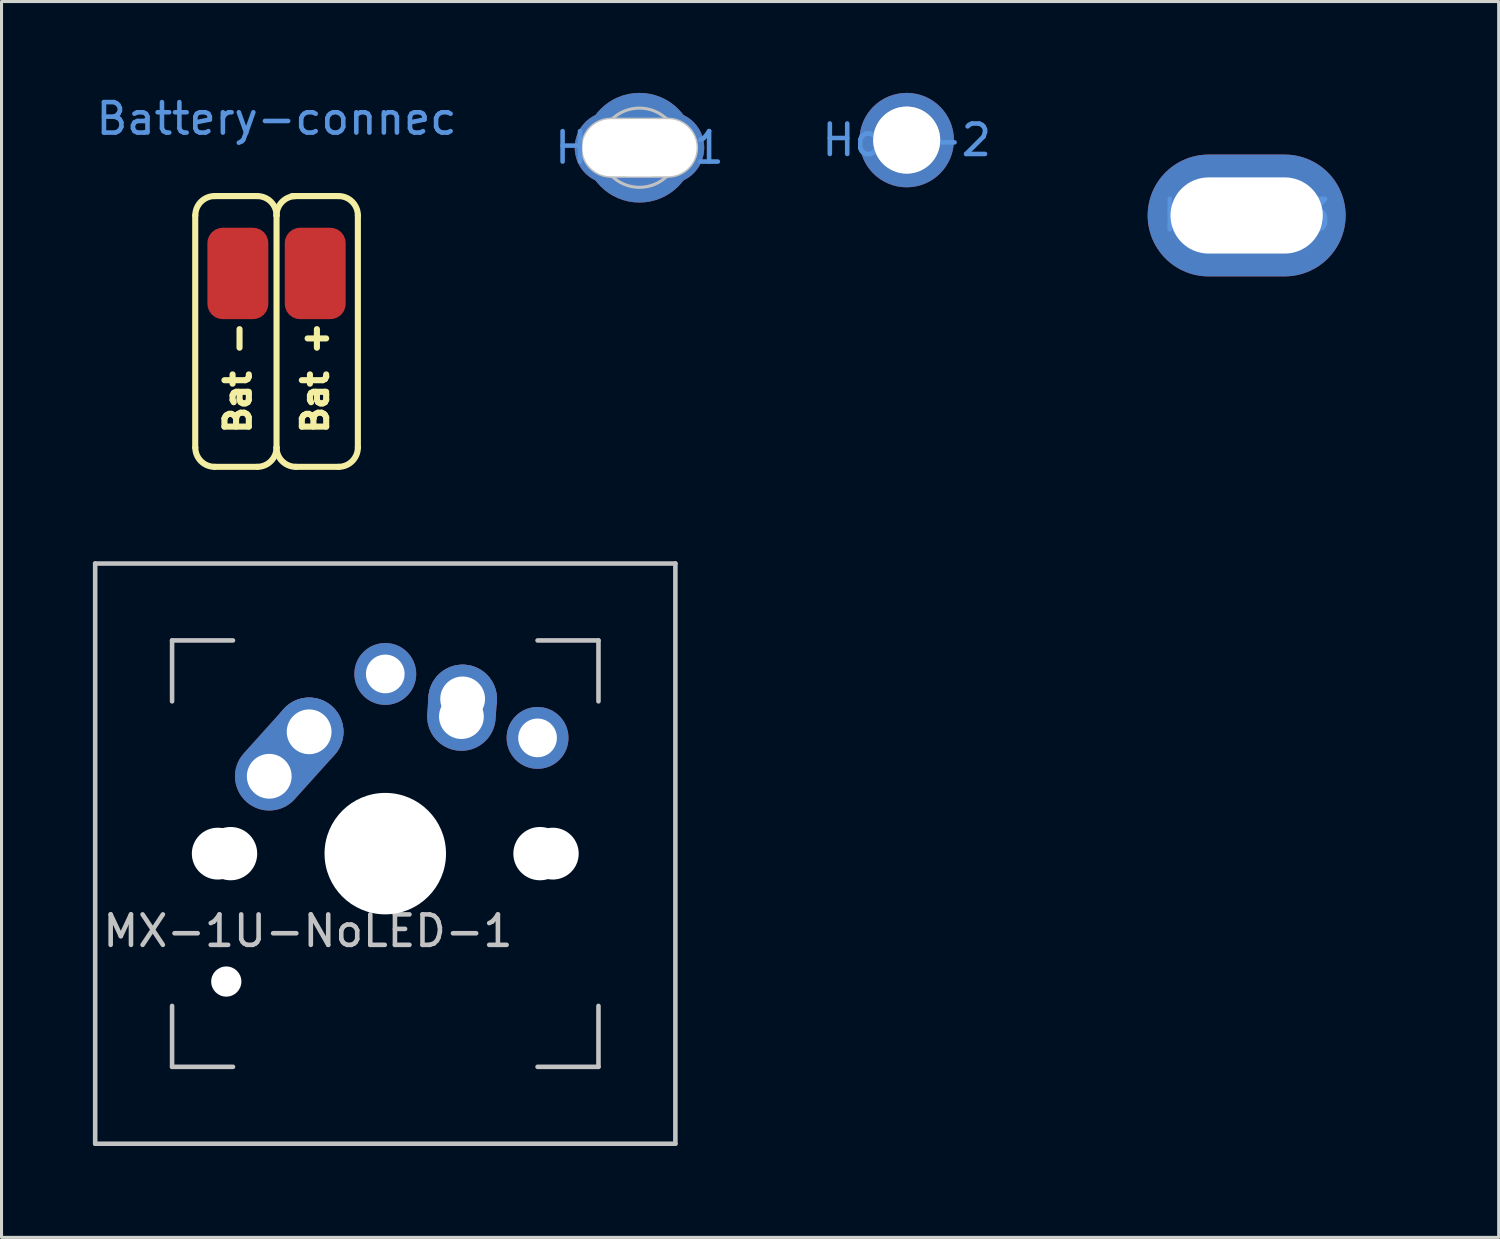
<source format=kicad_pcb>
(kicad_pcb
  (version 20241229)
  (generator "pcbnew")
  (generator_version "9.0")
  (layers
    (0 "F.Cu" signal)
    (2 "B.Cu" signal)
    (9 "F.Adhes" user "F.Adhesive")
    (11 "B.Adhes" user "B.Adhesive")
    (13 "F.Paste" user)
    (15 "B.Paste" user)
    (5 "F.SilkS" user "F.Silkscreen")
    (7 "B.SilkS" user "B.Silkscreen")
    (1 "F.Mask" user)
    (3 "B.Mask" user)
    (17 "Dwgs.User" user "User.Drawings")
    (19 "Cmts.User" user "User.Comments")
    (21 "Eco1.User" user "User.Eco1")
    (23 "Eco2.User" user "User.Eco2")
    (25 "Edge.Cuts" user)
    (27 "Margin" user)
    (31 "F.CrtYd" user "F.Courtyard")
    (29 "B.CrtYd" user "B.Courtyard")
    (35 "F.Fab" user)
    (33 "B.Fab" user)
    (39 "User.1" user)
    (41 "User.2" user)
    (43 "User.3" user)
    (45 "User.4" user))
  (footprint "Battery-connec"
    (layer "F.Cu")
    (at 6.03 5.928)
    (property "Reference" "Battery-connec" (at 0 -5.08 0) (unlocked yes) (layer "Cmts.User") (effects (font (size 1 1) (thickness 0.15))))
    (attr smd)
    (fp_line (start -2.67 -1.905) (end -2.67 5.715) (stroke (width 0.2) (type solid)) (layer "F.SilkS"))
    (fp_line (start -0.635 6.35) (end -2.032 6.35) (stroke (width 0.2) (type solid)) (layer "F.SilkS"))
    (fp_line (start -0.635 -2.54) (end -2.032 -2.54) (stroke (width 0.2) (type solid)) (layer "F.SilkS"))
    (fp_line (start 0 5.715) (end 0 -1.905) (stroke (width 0.2) (type solid)) (layer "F.SilkS"))
    (fp_line (start 2.032 6.35) (end 0.635 6.35) (stroke (width 0.2) (type solid)) (layer "F.SilkS"))
    (fp_line (start 2.035 -2.54) (end 0.508 -2.54) (stroke (width 0.2) (type solid)) (layer "F.SilkS"))
    (fp_line (start 2.67 5.715) (end 2.67 -1.905) (stroke (width 0.2) (type solid)) (layer "F.SilkS"))
    (fp_arc (start -2.666997 -1.905) (mid -2.48101 -2.354012) (end -2.031997 -2.54) (stroke (width 0.2) (type solid)) (layer "F.SilkS"))
    (fp_arc (start -2.032 6.349997) (mid -2.481012 6.16401) (end -2.667 5.714997) (stroke (width 0.2) (type solid)) (layer "F.SilkS"))
    (fp_arc (start -0.635 -2.539997) (mid -0.185988 -2.35401) (end 0 -1.904997) (stroke (width 0.2) (type solid)) (layer "F.SilkS"))
    (fp_arc (start -0.000003 5.715) (mid -0.18599 6.164012) (end -0.635003 6.35) (stroke (width 0.2) (type solid)) (layer "F.SilkS"))
    (fp_arc (start 0.000003 -1.905) (mid 0.18599 -2.354012) (end 0.635003 -2.54) (stroke (width 0.2) (type solid)) (layer "F.SilkS"))
    (fp_arc (start 0.635 6.35) (mid 0.185988 6.164013) (end 0 5.715) (stroke (width 0.2) (type solid)) (layer "F.SilkS"))
    (fp_arc (start 2.035 -2.539997) (mid 2.484012 -2.35401) (end 2.67 -1.904997) (stroke (width 0.2) (type solid)) (layer "F.SilkS"))
    (fp_arc (start 2.67 5.715003) (mid 2.484013 6.164015) (end 2.035 6.350003) (stroke (width 0.2) (type solid)) (layer "F.SilkS"))
    (fp_text user "Bat +" (at 1.27 3.429 90) (unlocked yes) (layer "F.SilkS") (effects (font (size 0.8 0.8) (thickness 0.2))))
    (fp_text user "Bat -" (at -1.27 3.429 90) (unlocked yes) (layer "F.SilkS") (effects (font (size 0.8 0.8) (thickness 0.2))))
    (pad "1" connect roundrect (at -1.27 0 90) (size 3 2) (layers "F.Cu" "F.Mask") (roundrect_rratio 0.25))
    (pad "2" connect roundrect (at 1.27 0 90) (size 3 2) (layers "F.Cu" "F.Mask") (roundrect_rratio 0.25)))
  (footprint "Hole-3"
    (layer "F.Cu")
    (at 37.882 4.025)
    (property "Reference" "Hole-3" (at 0 0 0) (unlocked yes) (layer "Cmts.User") (effects (font (size 1 1) (thickness 0.15))))
    (fp_line (start -1.25 -4) (end -1 -4) (stroke (width 0.05) (type solid)) (layer "Eco1.User"))
    (fp_line (start -1.25 -3) (end -1 -3) (stroke (width 0.05) (type solid)) (layer "Eco1.User"))
    (fp_line (start -1.25 3) (end -1 3) (stroke (width 0.05) (type solid)) (layer "Eco1.User"))
    (fp_line (start -1.25 4) (end -1 4) (stroke (width 0.05) (type solid)) (layer "Eco1.User"))
    (fp_line (start 1.25 -4) (end 1 -4) (stroke (width 0.05) (type solid)) (layer "Eco1.User"))
    (fp_line (start 1.25 -3) (end 1 -3) (stroke (width 0.05) (type solid)) (layer "Eco1.User"))
    (fp_line (start 1.25 3) (end 1 3) (stroke (width 0.05) (type solid)) (layer "Eco1.User"))
    (fp_line (start 1.25 4) (end 1 4) (stroke (width 0.05) (type solid)) (layer "Eco1.User"))
    (fp_arc (start -1.25 3) (mid -4.25 0) (end -1.25 -3) (stroke (width 0.05) (type solid)) (layer "Eco1.User"))
    (fp_arc (start -1.25 4) (mid -5.25 0) (end -1.25 -4) (stroke (width 0.05) (type solid)) (layer "Eco1.User"))
    (fp_arc (start -1 -4) (mid -0.5 -3.5) (end -1 -3) (stroke (width 0.05) (type solid)) (layer "Eco1.User"))
    (fp_arc (start -1 3) (mid -0.5 3.5) (end -1 4) (stroke (width 0.05) (type solid)) (layer "Eco1.User"))
    (fp_arc (start 1 -3) (mid 0.5 -3.5) (end 1 -4) (stroke (width 0.05) (type solid)) (layer "Eco1.User"))
    (fp_arc (start 1 4) (mid 0.5 3.5) (end 1 3) (stroke (width 0.05) (type solid)) (layer "Eco1.User"))
    (fp_arc (start 1.25 -4) (mid 5.25 0) (end 1.25 4) (stroke (width 0.05) (type solid)) (layer "Eco1.User"))
    (fp_arc (start 1.25 -3) (mid 4.25 0) (end 1.25 3) (stroke (width 0.05) (type solid)) (layer "Eco1.User"))
    (pad "1" thru_hole oval (at 0 0 180) (size 6.5 4) (drill oval 5 2.5) (layers "*.Cu" "*.Mask")))
  (footprint "Hole-2"
    (layer "F.Cu")
    (at 26.72 1.55)
    (property "Reference" "Hole-2" (at 0 0 0) (unlocked yes) (layer "Cmts.User") (effects (font (size 1 1) (thickness 0.15))))
    (fp_arc (start -1.050801 0) (mid 0 -1.050801) (end 1.050801 0) (stroke (width 0.1) (type solid)) (layer "Dwgs.User"))
    (fp_arc (start -0.624749 0) (mid 0 -0.624749) (end 0.624749 0) (stroke (width 0.1) (type solid)) (layer "Dwgs.User"))
    (fp_arc (start 0.624749 0) (mid 0 0.624749) (end -0.624749 0) (stroke (width 0.1) (type solid)) (layer "Dwgs.User"))
    (fp_arc (start 1.0508 0) (mid 0 1.0508) (end -1.0508 0) (stroke (width 0.1) (type solid)) (layer "Dwgs.User"))
    (pad "1" thru_hole circle (at 0 0) (size 3.1 3.1) (drill 2.2) (layers "*.Cu" "*.Mask")))
  (footprint "Hole-1"
    (layer "F.Cu")
    (at 17.946 1.8)
    (property "Reference" "Hole-1" (at 0 0 0) (unlocked yes) (layer "Cmts.User") (effects (font (size 1 1) (thickness 0.15))))
    (fp_line (start -0.938 0.937) (end 0.938 0.937) (stroke (width 0.1) (type solid)) (layer "Dwgs.User"))
    (fp_line (start 0.938 -0.937) (end -0.938 -0.937) (stroke (width 0.1) (type solid)) (layer "Dwgs.User"))
    (fp_arc (start -1.300798 0) (mid 0 -1.300798) (end 1.300798 0) (stroke (width 0.1) (type solid)) (layer "Dwgs.User"))
    (fp_arc (start -0.938126 0.937126) (mid -1.875252 0) (end -0.938126 -0.937126) (stroke (width 0.1) (type solid)) (layer "Dwgs.User"))
    (fp_arc (start 0.938126 -0.937125) (mid 1.875251 0) (end 0.938126 0.937125) (stroke (width 0.1) (type solid)) (layer "Dwgs.User"))
    (fp_arc (start 1.300797 0) (mid 0 1.300797) (end -1.300797 0) (stroke (width 0.1) (type solid)) (layer "Dwgs.User"))
    (pad "1" thru_hole circle (at 0 0) (size 3.6 3.6) (drill oval 2.6 1.874) (layers "*.Cu" "*.Mask"))
    (pad "1" thru_hole oval (at 0 0) (size 4.251 2.374) (drill oval 3.751 1.874) (layers "*.Cu" "*.Mask")))
  (footprint "MX-1U-NoLED-1"
    (layer "F.Cu")
    (at 9.6 24.978)
    (property "Reference" "MX-1U-NoLED-1" (at -2.54 2.54 0) (layer "Dwgs.User") (effects (font (size 1 1) (thickness 0.15))))
    (attr through_hole)
    (fp_line (start -9.525 -9.525) (end 9.525 -9.525) (stroke (width 0.15) (type solid)) (layer "Dwgs.User"))
    (fp_line (start -9.525 9.525) (end -9.525 -9.525) (stroke (width 0.15) (type solid)) (layer "Dwgs.User"))
    (fp_line (start -7 -7) (end -7 -5) (stroke (width 0.15) (type solid)) (layer "Dwgs.User"))
    (fp_line (start -7 5) (end -7 7) (stroke (width 0.15) (type solid)) (layer "Dwgs.User"))
    (fp_line (start -7 7) (end -5 7) (stroke (width 0.15) (type solid)) (layer "Dwgs.User"))
    (fp_line (start -5 -7) (end -7 -7) (stroke (width 0.15) (type solid)) (layer "Dwgs.User"))
    (fp_line (start 5 -7) (end 7 -7) (stroke (width 0.15) (type solid)) (layer "Dwgs.User"))
    (fp_line (start 5 7) (end 7 7) (stroke (width 0.15) (type solid)) (layer "Dwgs.User"))
    (fp_line (start 7 -7) (end 7 -5) (stroke (width 0.15) (type solid)) (layer "Dwgs.User"))
    (fp_line (start 7 7) (end 7 5) (stroke (width 0.15) (type solid)) (layer "Dwgs.User"))
    (fp_line (start 9.525 -9.525) (end 9.525 9.525) (stroke (width 0.15) (type solid)) (layer "Dwgs.User"))
    (fp_line (start 9.525 9.525) (end -9.525 9.525) (stroke (width 0.15) (type solid)) (layer "Dwgs.User"))
    (pad "" np_thru_hole circle (at -5.5 0) (size 1.702 1.702) (drill 1.702) (layers "*.Cu" "*.Mask"))
    (pad "" np_thru_hole circle (at -5.22 4.2 180) (size 0.991 0.991) (drill 0.991) (layers "*.Cu" "*.Mask"))
    (pad "" np_thru_hole circle (at -5.08 0 48.1) (size 1.75 1.75) (drill 1.75) (layers "*.Cu" "*.Mask"))
    (pad "" np_thru_hole circle (at 0 0) (size 3.988 3.988) (drill 3.988) (layers "*.Cu" "*.Mask"))
    (pad "" np_thru_hole circle (at 5.08 0 48.1) (size 1.75 1.75) (drill 1.75) (layers "*.Cu" "*.Mask"))
    (pad "" np_thru_hole circle (at 5.5 0) (size 1.702 1.702) (drill 1.702) (layers "*.Cu" "*.Mask"))
    (pad "1" thru_hole oval (at -3.81 -2.54 48) (size 4.212 2.25) (drill 1.47 (offset 0.981 0)) (layers "*.Cu" "*.Mask"))
    (pad "1" thru_hole circle (at -2.5 -4) (size 2.25 2.25) (drill 1.47) (layers "*.Cu" "*.Mask"))
    (pad "1" thru_hole circle (at 0 -5.9 180) (size 2.032 2.032) (drill 1.27) (layers "*.Cu" "*.Mask"))
    (pad "2" thru_hole oval (at 2.5 -4.5 86) (size 2.831 2.25) (drill 1.47 (offset 0.291 0)) (layers "*.Cu" "*.Mask"))
    (pad "2" thru_hole circle (at 2.54 -5.08) (size 2.25 2.25) (drill 1.47) (layers "*.Cu" "*.Mask"))
    (pad "2" thru_hole circle (at 5 -3.8 180) (size 2.032 2.032) (drill 1.27) (layers "*.Cu" "*.Mask")))
  (gr_rect
    (start -3 -3)
    (end 46.157 37.578)
    (stroke (width 0.1) (type default))
    (fill no)
    (layer "Edge.Cuts")))
</source>
